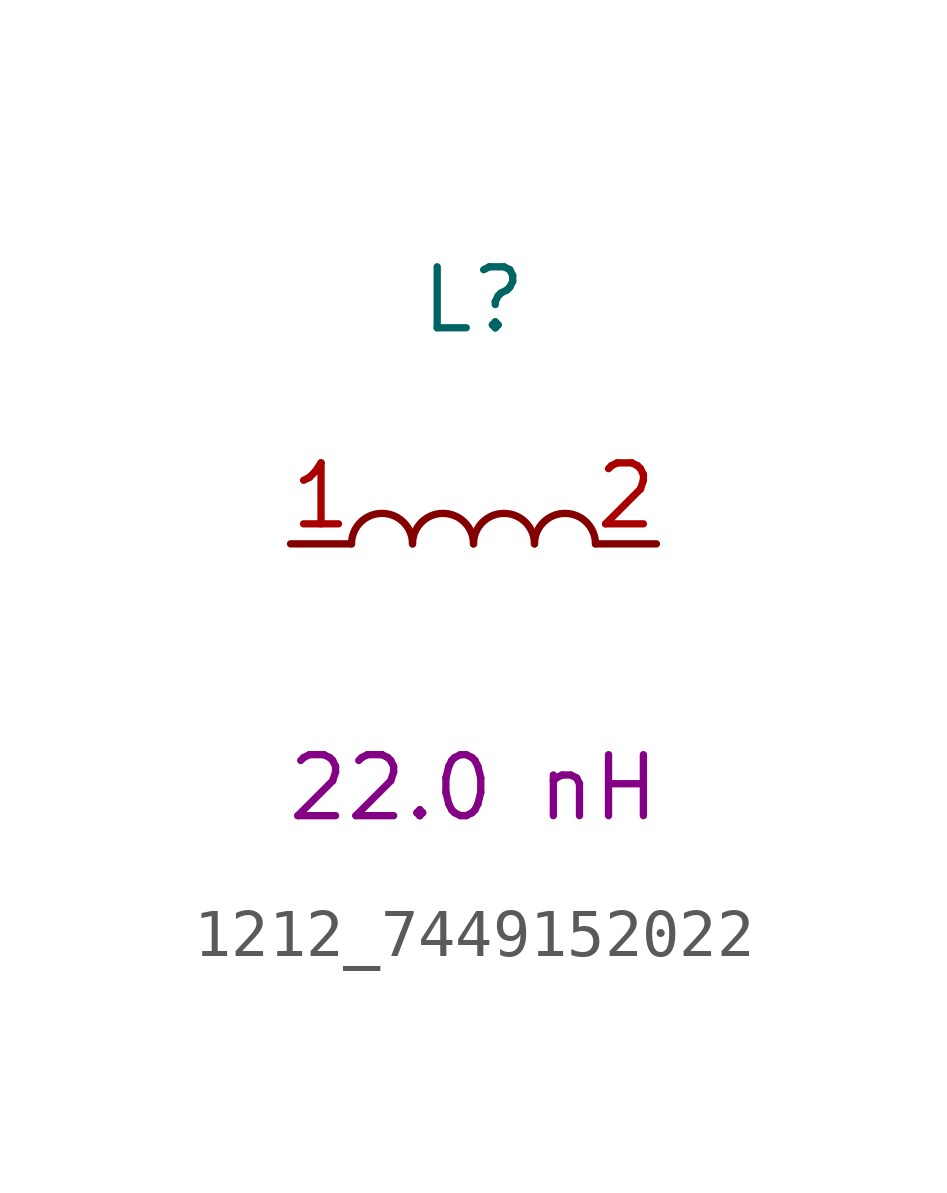
<source format=kicad_sym>
(kicad_symbol_lib
  (version 20220914)
  (generator kicad_symbol_editor)
  (symbol "1212_7449152022"
    (pin_names hide)
    (property "Reference" "L"
      (at 0 5.08 0)
      (effects (font (size 1.27 1.27))))
    (property "Critical Parameter" "22.0 nH"
      (at 0 -5.08 0)
      (effects (font (size 1.27 1.27))))
    (symbol "1212_7449152022_0_1"
      (arc (start -1.27 0) (mid -1.905 0.6323) (end -2.54 0) (stroke (width 0) (type default)) (fill (type none)))
      (arc (start 0 0) (mid -0.635 0.6323) (end -1.27 0) (stroke (width 0) (type default)) (fill (type none)))
      (arc (start 1.27 0) (mid 0.635 0.6323) (end 0 0) (stroke (width 0) (type default)) (fill (type none)))
      (arc (start 2.54 0) (mid 1.905 0.6323) (end 1.27 0) (stroke (width 0) (type default)) (fill (type none))))
    (symbol "1212_7449152022_1_1"
      (pin passive line (at -3.81 0 0) (length 1.27) (name "1" (effects (font (size 1.27 1.27)))) (number "1" (effects (font (size 1.27 1.27)))))
      (pin passive line (at 3.81 0 180) (length 1.27) (name "2" (effects (font (size 1.27 1.27)))) (number "2" (effects (font (size 1.27 1.27))))))))
</source>
